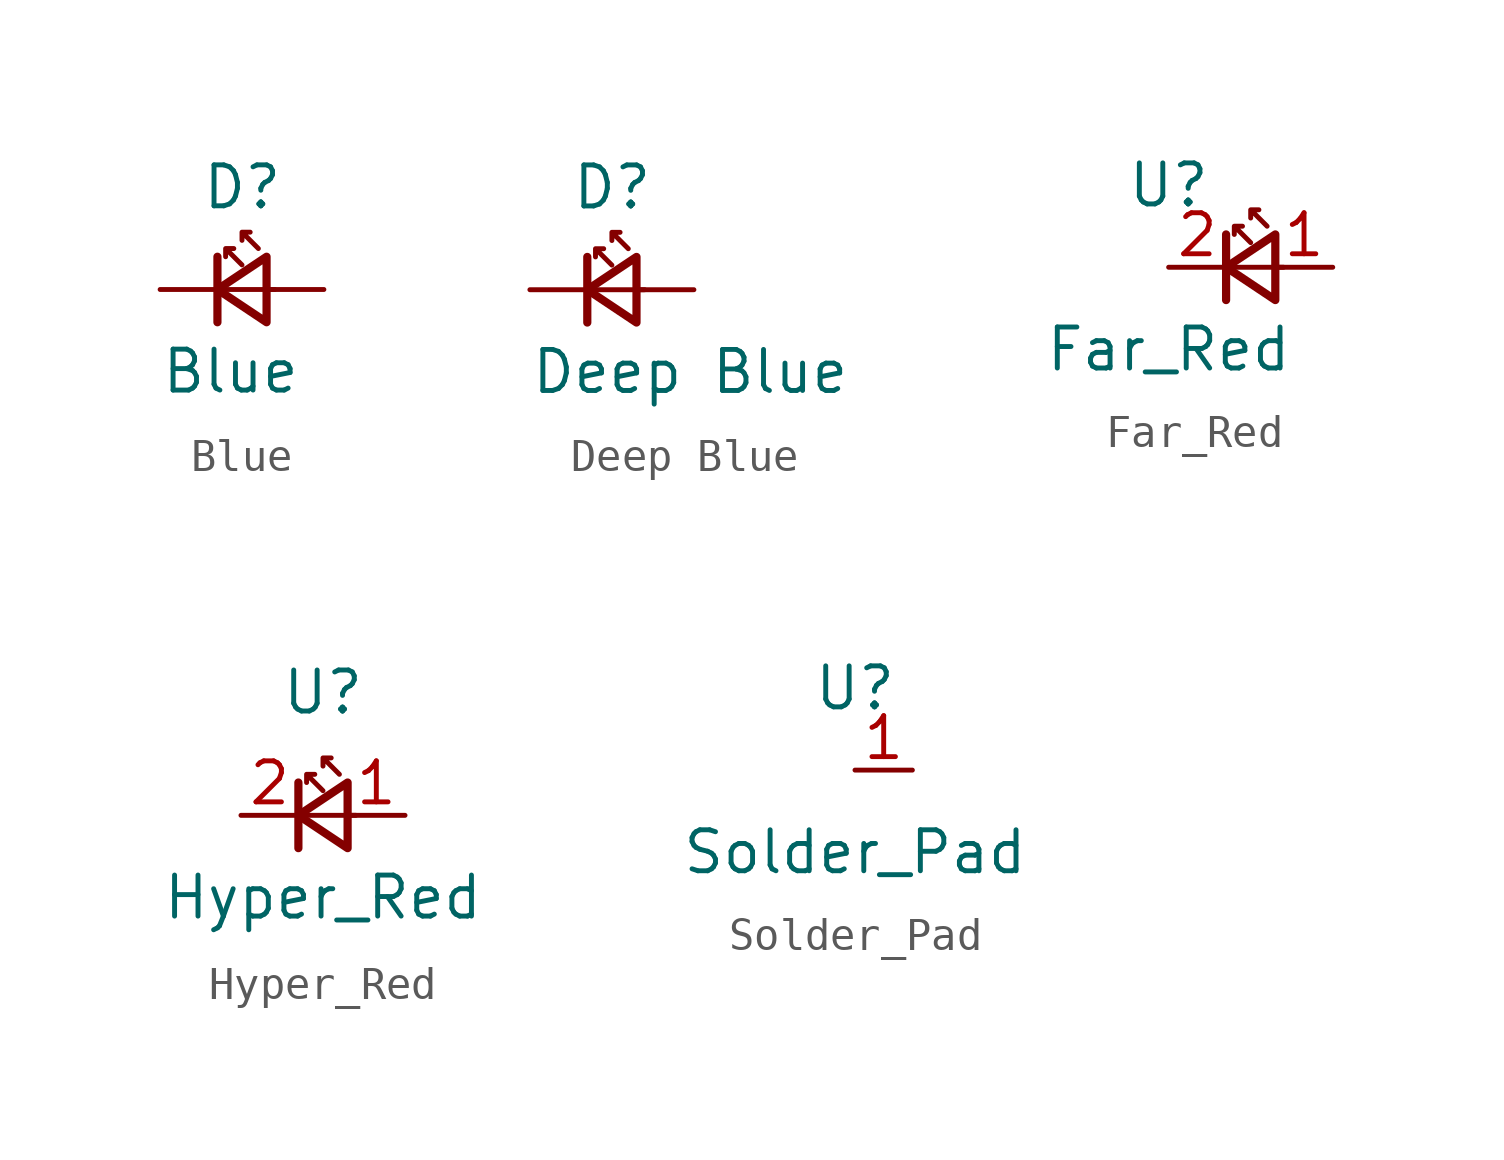
<source format=kicad_sym>
(kicad_symbol_lib
  (version 20211014)
  (generator kicad_symbol_editor)
  (symbol "Blue"
    (pin_numbers hide)
    (pin_names
      (offset 0.254) hide)
    (property "Reference" "D"
      (at -1.27 3.175 0)
      (effects (font (size 1.27 1.27)) (justify left)))
    (property "Value" "Blue"
      (at -2.54 -2.54 0)
      (effects (font (size 1.27 1.27)) (justify left)))
    (symbol "Blue_0_1"
      (polyline (pts (xy -0.762 -1.016) (xy -0.762 1.016)) (stroke (width 0.254) (type default) (color 0 0 0 0)) (fill (type none)))
      (polyline (pts (xy 1.016 0) (xy -0.762 0)) (stroke (width 0) (type default) (color 0 0 0 0)) (fill (type none)))
      (polyline (pts (xy 0.762 -1.016) (xy -0.762 0) (xy 0.762 1.016) (xy 0.762 -1.016)) (stroke (width 0.254) (type default) (color 0 0 0 0)) (fill (type none)))
      (polyline (pts (xy 0 0.762) (xy -0.508 1.27) (xy -0.254 1.27) (xy -0.508 1.27) (xy -0.508 1.016)) (stroke (width 0) (type default) (color 0 0 0 0)) (fill (type none)))
      (polyline (pts (xy 0.508 1.27) (xy 0 1.778) (xy 0.254 1.778) (xy 0 1.778) (xy 0 1.524)) (stroke (width 0) (type default) (color 0 0 0 0)) (fill (type none))))
    (symbol "Blue_1_1"
      (pin input line (at 2.54 0 180) (length 1.778) (name "A" (effects (font (size 1.27 1.27)))) (number "1" (effects (font (size 1.27 1.27)))))
      (pin output line (at -2.54 0 0) (length 1.778) (name "K" (effects (font (size 1.27 1.27)))) (number "2" (effects (font (size 1.27 1.27)))))))
  (symbol "Deep Blue"
    (pin_numbers hide)
    (pin_names
      (offset 0.254) hide)
    (property "Reference" "D"
      (at -1.27 3.175 0)
      (effects (font (size 1.27 1.27)) (justify left)))
    (property "Value" "Deep Blue"
      (at -2.54 -2.54 0)
      (effects (font (size 1.27 1.27)) (justify left)))
    (symbol "Deep Blue_0_1"
      (polyline (pts (xy -0.762 -1.016) (xy -0.762 1.016)) (stroke (width 0.254) (type default) (color 0 0 0 0)) (fill (type none)))
      (polyline (pts (xy 1.016 0) (xy -0.762 0)) (stroke (width 0) (type default) (color 0 0 0 0)) (fill (type none)))
      (polyline (pts (xy 0.762 -1.016) (xy -0.762 0) (xy 0.762 1.016) (xy 0.762 -1.016)) (stroke (width 0.254) (type default) (color 0 0 0 0)) (fill (type none)))
      (polyline (pts (xy 0 0.762) (xy -0.508 1.27) (xy -0.254 1.27) (xy -0.508 1.27) (xy -0.508 1.016)) (stroke (width 0) (type default) (color 0 0 0 0)) (fill (type none)))
      (polyline (pts (xy 0.508 1.27) (xy 0 1.778) (xy 0.254 1.778) (xy 0 1.778) (xy 0 1.524)) (stroke (width 0) (type default) (color 0 0 0 0)) (fill (type none))))
    (symbol "Deep Blue_1_1"
      (pin input line (at 2.54 0 180) (length 1.778) (name "A" (effects (font (size 1.27 1.27)))) (number "1" (effects (font (size 1.27 1.27)))))
      (pin output line (at -2.54 0 0) (length 1.778) (name "K" (effects (font (size 1.27 1.27)))) (number "2" (effects (font (size 1.27 1.27)))))))
  (symbol "Far_Red"
    (property "Reference" "U"
      (at 0 2.54 0)
      (effects (font (size 1.27 1.27))))
    (property "Value" "Far_Red"
      (at 0 -2.54 0)
      (effects (font (size 1.27 1.27))))
    (symbol "Far_Red_0_1"
      (polyline (pts (xy 1.778 -1.016) (xy 1.778 1.016)) (stroke (width 0.254) (type default) (color 0 0 0 0)) (fill (type none)))
      (polyline (pts (xy 3.556 0) (xy 1.778 0)) (stroke (width 0) (type default) (color 0 0 0 0)) (fill (type none)))
      (polyline (pts (xy 3.302 -1.016) (xy 1.778 0) (xy 3.302 1.016) (xy 3.302 -1.016)) (stroke (width 0.254) (type default) (color 0 0 0 0)) (fill (type none)))
      (polyline (pts (xy 2.54 0.762) (xy 2.032 1.27) (xy 2.286 1.27) (xy 2.032 1.27) (xy 2.032 1.016)) (stroke (width 0) (type default) (color 0 0 0 0)) (fill (type none)))
      (polyline (pts (xy 3.048 1.27) (xy 2.54 1.778) (xy 2.794 1.778) (xy 2.54 1.778) (xy 2.54 1.524)) (stroke (width 0) (type default) (color 0 0 0 0)) (fill (type none))))
    (symbol "Far_Red_1_1"
      (pin input line (at 5.08 0 180) (length 1.778) (name "" (effects (font (size 1.27 1.27)))) (number "1" (effects (font (size 1.27 1.27)))))
      (pin output line (at 0 0 0) (length 1.778) (name "" (effects (font (size 1.27 1.27)))) (number "2" (effects (font (size 1.27 1.27)))))))
  (symbol "Hyper_Red"
    (property "Reference" "U"
      (at 0 3.81 0)
      (effects (font (size 1.27 1.27))))
    (property "Value" "Hyper_Red"
      (at 0 -2.54 0)
      (effects (font (size 1.27 1.27))))
    (symbol "Hyper_Red_0_1"
      (polyline (pts (xy -0.762 -1.016) (xy -0.762 1.016)) (stroke (width 0.254) (type default) (color 0 0 0 0)) (fill (type none)))
      (polyline (pts (xy 1.016 0) (xy -0.762 0)) (stroke (width 0) (type default) (color 0 0 0 0)) (fill (type none)))
      (polyline (pts (xy 0.762 -1.016) (xy -0.762 0) (xy 0.762 1.016) (xy 0.762 -1.016)) (stroke (width 0.254) (type default) (color 0 0 0 0)) (fill (type none)))
      (polyline (pts (xy 0 0.762) (xy -0.508 1.27) (xy -0.254 1.27) (xy -0.508 1.27) (xy -0.508 1.016)) (stroke (width 0) (type default) (color 0 0 0 0)) (fill (type none)))
      (polyline (pts (xy 0.508 1.27) (xy 0 1.778) (xy 0.254 1.778) (xy 0 1.778) (xy 0 1.524)) (stroke (width 0) (type default) (color 0 0 0 0)) (fill (type none))))
    (symbol "Hyper_Red_1_1"
      (pin input line (at 2.54 0 180) (length 1.778) (name "" (effects (font (size 1.27 1.27)))) (number "1" (effects (font (size 1.27 1.27)))))
      (pin output line (at -2.54 0 0) (length 1.778) (name "" (effects (font (size 1.27 1.27)))) (number "2" (effects (font (size 1.27 1.27)))))))
  (symbol "Solder_Pad"
    (property "Reference" "U"
      (at 0 2.54 0)
      (effects (font (size 1.27 1.27))))
    (property "Value" "Solder_Pad"
      (at 0 -2.54 0)
      (effects (font (size 1.27 1.27))))
    (symbol "Solder_Pad_1_1"
      (pin bidirectional line (at 0 0 0) (length 1.778) (name "" (effects (font (size 1.27 1.27)))) (number "1" (effects (font (size 1.27 1.27))))))))
</source>
